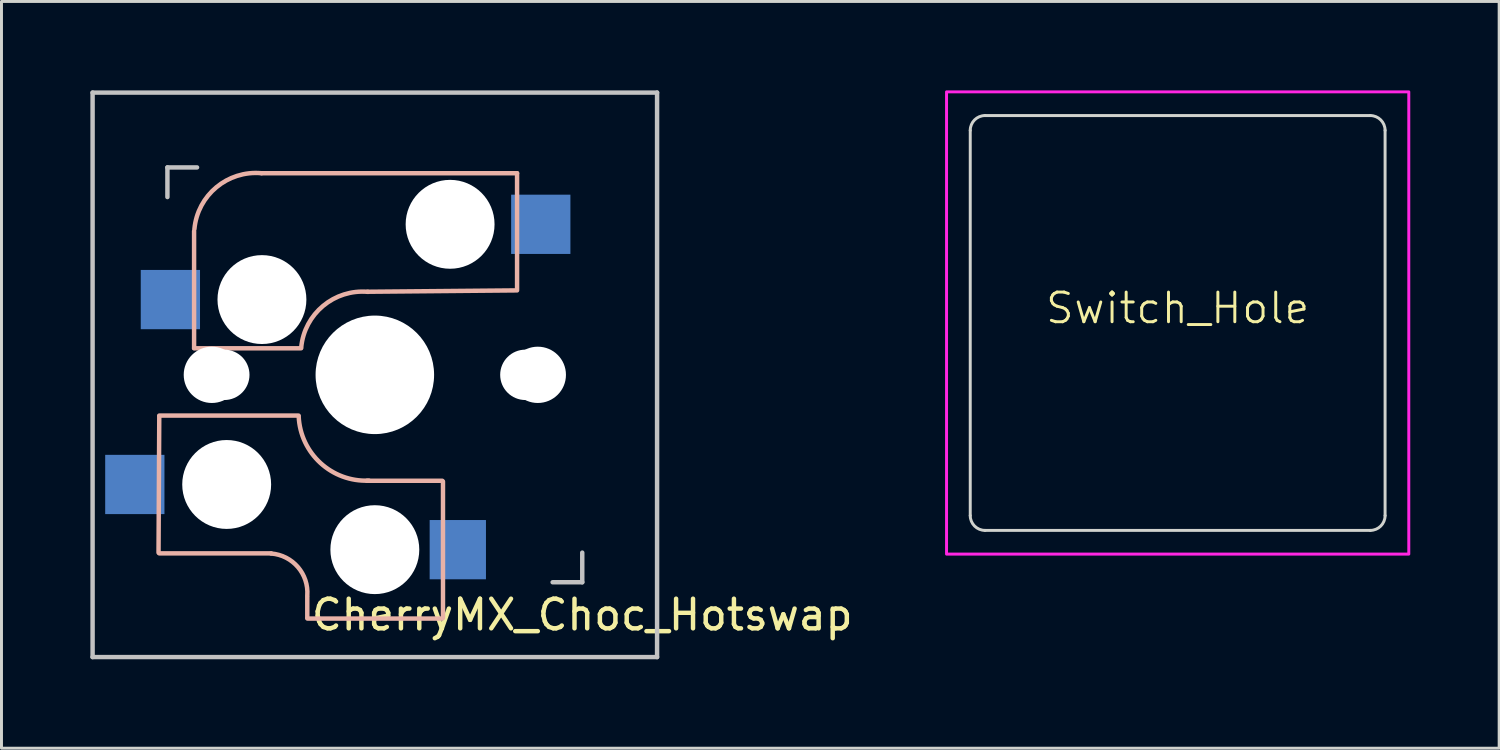
<source format=kicad_pcb>
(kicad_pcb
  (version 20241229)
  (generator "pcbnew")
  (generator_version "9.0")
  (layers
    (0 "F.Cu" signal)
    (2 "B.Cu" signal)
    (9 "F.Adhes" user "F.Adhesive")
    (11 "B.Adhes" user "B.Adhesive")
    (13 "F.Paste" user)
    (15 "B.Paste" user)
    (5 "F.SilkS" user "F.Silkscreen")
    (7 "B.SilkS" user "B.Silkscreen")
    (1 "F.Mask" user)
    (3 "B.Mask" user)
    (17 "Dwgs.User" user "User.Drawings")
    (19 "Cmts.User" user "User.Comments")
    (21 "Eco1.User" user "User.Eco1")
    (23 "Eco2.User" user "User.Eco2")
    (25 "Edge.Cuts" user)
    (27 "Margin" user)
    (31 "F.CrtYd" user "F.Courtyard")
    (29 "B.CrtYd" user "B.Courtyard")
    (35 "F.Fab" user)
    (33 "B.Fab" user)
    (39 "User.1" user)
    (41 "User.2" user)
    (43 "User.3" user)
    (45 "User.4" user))
  (footprint "Switch_Hole"
    (layer "F.Cu")
    (at 36.694 7.85)
    (property "Reference" "Switch_Hole" (at 0 -0.5 0) (unlocked yes) (layer "F.SilkS") (effects (font (size 1 1) (thickness 0.1))))
    (attr through_hole)
    (fp_line (start -7 6.5) (end -7 -6.5) (stroke (width 0.1) (type default)) (layer "Edge.Cuts"))
    (fp_line (start -6.5 -7) (end 6.5 -7) (stroke (width 0.1) (type default)) (layer "Edge.Cuts"))
    (fp_line (start 6.5 7) (end -6.5 7) (stroke (width 0.1) (type default)) (layer "Edge.Cuts"))
    (fp_line (start 7 -6.5) (end 7 6.5) (stroke (width 0.1) (type default)) (layer "Edge.Cuts"))
    (fp_arc (start -7 -6.5) (mid -6.853553 -6.853553) (end -6.5 -7) (stroke (width 0.1) (type default)) (layer "Edge.Cuts"))
    (fp_arc (start -6.5 7) (mid -6.853553 6.853553) (end -7 6.5) (stroke (width 0.1) (type default)) (layer "Edge.Cuts"))
    (fp_arc (start 6.5 -7) (mid 6.853553 -6.853553) (end 7 -6.5) (stroke (width 0.1) (type default)) (layer "Edge.Cuts"))
    (fp_arc (start 7 6.5) (mid 6.853553 6.853553) (end 6.5 7) (stroke (width 0.1) (type default)) (layer "Edge.Cuts"))
    (fp_rect (start -7.8 -7.8) (end 7.8 7.8) (stroke (width 0.1) (type default)) (fill no) (layer "F.CrtYd")))
  (footprint "CherryMX_Choc_Hotswap"
    (layer "F.Cu")
    (at 9.6 9.6)
    (property "Reference" "CherryMX_Choc_Hotswap" (at 7 8.1 0) (layer "F.SilkS") (effects (font (size 1 1) (thickness 0.15))))
    (attr through_hole)
    (fp_line (start -7.275 1.4) (end -7.3 6) (stroke (width 0.15) (type solid)) (layer "B.SilkS"))
    (fp_line (start -6.1 -4.85) (end -6.1 -0.905) (stroke (width 0.15) (type solid)) (layer "B.SilkS"))
    (fp_line (start -6.1 -0.896) (end -2.49 -0.896) (stroke (width 0.15) (type solid)) (layer "B.SilkS"))
    (fp_line (start -3.5 6.025) (end -7.275 6.025) (stroke (width 0.15) (type solid)) (layer "B.SilkS"))
    (fp_line (start -2.575 1.375) (end -7.275 1.375) (stroke (width 0.15) (type solid)) (layer "B.SilkS"))
    (fp_line (start -2.28 7.5) (end -2.28 8.2) (stroke (width 0.15) (type solid)) (layer "B.SilkS"))
    (fp_line (start 2.275 3.575) (end -0.275 3.575) (stroke (width 0.15) (type solid)) (layer "B.SilkS"))
    (fp_line (start 2.275 8.225) (end -2.275 8.225) (stroke (width 0.15) (type solid)) (layer "B.SilkS"))
    (fp_line (start 2.3 3.6) (end 2.3 8.2) (stroke (width 0.15) (type solid)) (layer "B.SilkS"))
    (fp_line (start 4.8 -6.804) (end -3.825 -6.804) (stroke (width 0.15) (type solid)) (layer "B.SilkS"))
    (fp_line (start 4.8 -2.896) (end 4.8 -6.804) (stroke (width 0.15) (type solid)) (layer "B.SilkS"))
    (fp_line (start 4.8 -2.85) (end -0.25 -2.804) (stroke (width 0.15) (type solid)) (layer "B.SilkS"))
    (fp_arc (start -6.089 -4.92) (mid -5.347189 -6.33089) (end -3.825 -6.804) (stroke (width 0.15) (type solid)) (layer "B.SilkS"))
    (fp_arc (start -3.5 6.03) (mid -2.595908 6.48733) (end -2.28 7.45) (stroke (width 0.15) (type solid)) (layer "B.SilkS"))
    (fp_arc (start -2.485 -0.92) (mid -1.744361 -2.328061) (end -0.225 -2.8) (stroke (width 0.15) (type solid)) (layer "B.SilkS"))
    (fp_arc (start -0.2 3.57) (mid -1.834422 2.975843) (end -2.57 1.4) (stroke (width 0.15) (type solid)) (layer "B.SilkS"))
    (fp_line (start -9.525 -9.525) (end 9.525 -9.525) (stroke (width 0.15) (type solid)) (layer "Dwgs.User"))
    (fp_line (start -9.525 9.525) (end -9.525 -9.525) (stroke (width 0.15) (type solid)) (layer "Dwgs.User"))
    (fp_line (start -7 -7) (end -6 -7) (stroke (width 0.15) (type solid)) (layer "Dwgs.User"))
    (fp_line (start -7 -6) (end -7 -7) (stroke (width 0.15) (type solid)) (layer "Dwgs.User"))
    (fp_line (start 6 7) (end 7 7) (stroke (width 0.15) (type solid)) (layer "Dwgs.User"))
    (fp_line (start 7 7) (end 7 6) (stroke (width 0.15) (type solid)) (layer "Dwgs.User"))
    (fp_line (start 9.525 -9.525) (end 9.525 9.525) (stroke (width 0.15) (type solid)) (layer "Dwgs.User"))
    (fp_line (start 9.525 9.525) (end -9.525 9.525) (stroke (width 0.15) (type solid)) (layer "Dwgs.User"))
    (pad "" np_thru_hole circle (at -5.5 0 90) (size 1.9 1.9) (drill 1.9) (layers "*.Cu" "*.Mask"))
    (pad "" np_thru_hole circle (at -5.08 0) (size 1.7 1.7) (drill 1.7) (layers "*.Cu" "*.Mask"))
    (pad "" np_thru_hole circle (at -5 3.7 90) (size 3 3) (drill 3) (layers "*.Cu" "*.Mask"))
    (pad "" np_thru_hole circle (at -3.81 -2.54 180) (size 3 3) (drill 3) (layers "*.Cu" "*.Mask"))
    (pad "" np_thru_hole circle (at 0 0 90) (size 4 4) (drill 4) (layers "*.Cu" "*.Mask"))
    (pad "" np_thru_hole circle (at 0 5.9 90) (size 3 3) (drill 3) (layers "*.Cu" "*.Mask"))
    (pad "" np_thru_hole circle (at 2.54 -5.08 180) (size 3 3) (drill 3) (layers "*.Cu" "*.Mask"))
    (pad "" np_thru_hole circle (at 5.08 0) (size 1.7 1.7) (drill 1.7) (layers "*.Cu" "*.Mask"))
    (pad "" np_thru_hole circle (at 5.5 0 90) (size 1.9 1.9) (drill 1.9) (layers "*.Cu" "*.Mask"))
    (pad "1" smd rect (at -8.1 3.7 180) (size 2 2) (layers "B.Cu" "B.Mask" "B.Paste"))
    (pad "1" smd rect (at -6.9 -2.54 180) (size 2 2) (layers "B.Cu" "B.Mask" "B.Paste"))
    (pad "2" smd rect (at 2.8 5.9 180) (size 1.9 2) (layers "B.Cu" "B.Mask" "B.Paste"))
    (pad "2" smd rect (at 5.6 -5.08 180) (size 2 2) (layers "B.Cu" "B.Mask" "B.Paste")))
  (gr_rect
    (start -3 -3)
    (end 47.544 22.2)
    (stroke (width 0.1) (type default))
    (fill no)
    (layer "Edge.Cuts")))
</source>
